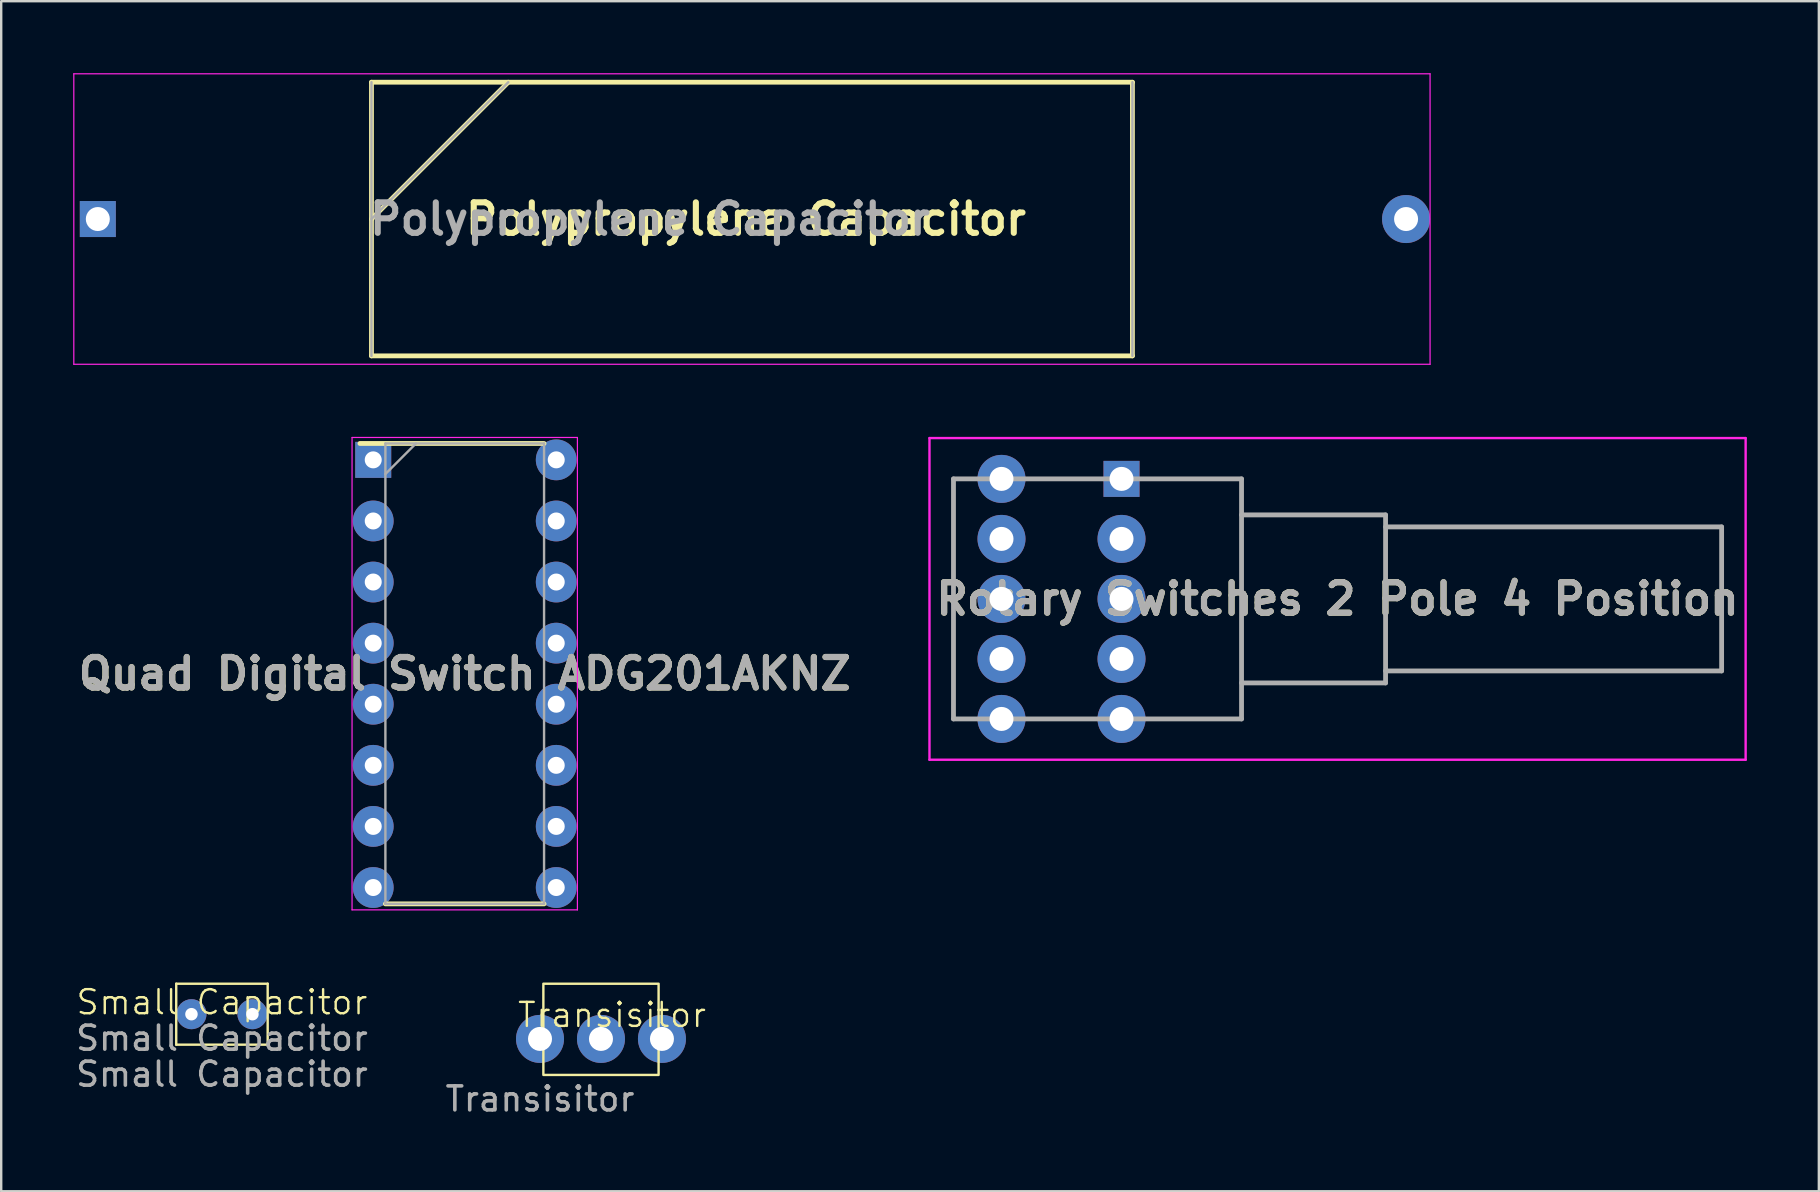
<source format=kicad_pcb>
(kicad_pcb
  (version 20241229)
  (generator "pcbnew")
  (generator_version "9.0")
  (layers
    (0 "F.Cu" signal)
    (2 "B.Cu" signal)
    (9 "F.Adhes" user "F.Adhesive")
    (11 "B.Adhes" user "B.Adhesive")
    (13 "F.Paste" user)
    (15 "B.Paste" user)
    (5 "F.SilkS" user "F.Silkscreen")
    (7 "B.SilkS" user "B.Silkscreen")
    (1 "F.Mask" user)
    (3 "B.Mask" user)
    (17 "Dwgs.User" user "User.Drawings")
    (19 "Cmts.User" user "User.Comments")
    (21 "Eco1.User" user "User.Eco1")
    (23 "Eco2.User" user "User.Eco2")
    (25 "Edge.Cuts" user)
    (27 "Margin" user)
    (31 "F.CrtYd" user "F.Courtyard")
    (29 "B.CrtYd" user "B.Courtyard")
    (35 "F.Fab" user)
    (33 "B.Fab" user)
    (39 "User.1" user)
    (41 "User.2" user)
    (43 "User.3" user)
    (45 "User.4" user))
  (footprint "Polypropylene Capacitor"
    (layer "F.Cu")
    (at 1.025 6.075)
    (property "Reference" "Polypropylene Capacitor" (at 27 0 0) (layer "F.SilkS") (effects (font (size 1.27 1.27) (thickness 0.254))))
    (attr through_hole)
    (fp_line (start 11.4 -5.7) (end 43.1 -5.7) (stroke (width 0.2) (type solid)) (layer "F.SilkS"))
    (fp_line (start 11.4 0) (end 17.1 -5.7) (stroke (width 0.2) (type solid)) (layer "F.SilkS"))
    (fp_line (start 11.4 5.7) (end 11.4 -5.7) (stroke (width 0.2) (type solid)) (layer "F.SilkS"))
    (fp_line (start 43.1 -5.7) (end 43.1 5.7) (stroke (width 0.2) (type solid)) (layer "F.SilkS"))
    (fp_line (start 43.1 5.7) (end 11.4 5.7) (stroke (width 0.2) (type solid)) (layer "F.SilkS"))
    (fp_line (start -1 -6.05) (end 55.5 -6.05) (stroke (width 0.05) (type solid)) (layer "F.CrtYd"))
    (fp_line (start -1 6.05) (end -1 -6.05) (stroke (width 0.05) (type solid)) (layer "F.CrtYd"))
    (fp_line (start 55.5 -6.05) (end 55.5 6.05) (stroke (width 0.05) (type solid)) (layer "F.CrtYd"))
    (fp_line (start 55.5 6.05) (end -1 6.05) (stroke (width 0.05) (type solid)) (layer "F.CrtYd"))
    (fp_line (start 11.4 0) (end 17.1 -5.7) (stroke (width 0.1) (type solid)) (layer "F.Fab"))
    (fp_line (start 11.4 5.7) (end 11.4 -5.7) (stroke (width 0.1) (type solid)) (layer "F.Fab"))
    (fp_line (start 43.1 -5.7) (end 43.1 5.7) (stroke (width 0.1) (type solid)) (layer "F.Fab"))
    (fp_text user "${REFERENCE}" (at 23 0 0) (layer "F.Fab") (effects (font (size 1.27 1.27) (thickness 0.254))))
    (pad "1" thru_hole rect (at 0 0) (size 1.5 1.5) (drill 1) (layers "*.Cu" "*.Mask"))
    (pad "2" thru_hole circle (at 54.5 0) (size 2 2) (drill 1) (layers "*.Cu" "*.Mask")))
  (footprint "Quad Digital Switch ADG201AKNZ"
    (layer "F.Cu")
    (at 16.31 25.015)
    (property "Reference" "Quad Digital Switch ADG201AKNZ" (at 0 0 0) (layer "F.SilkS") (effects (font (size 1.27 1.27) (thickness 0.254))))
    (attr through_hole)
    (fp_line (start -4.366 -9.59) (end 3.305 -9.59) (stroke (width 0.2) (type solid)) (layer "F.SilkS"))
    (fp_line (start -3.305 9.59) (end 3.305 9.59) (stroke (width 0.2) (type solid)) (layer "F.SilkS"))
    (fp_line (start -4.694 -9.84) (end 4.694 -9.84) (stroke (width 0.05) (type solid)) (layer "F.CrtYd"))
    (fp_line (start -4.694 9.84) (end -4.694 -9.84) (stroke (width 0.05) (type solid)) (layer "F.CrtYd"))
    (fp_line (start 4.694 -9.84) (end 4.694 9.84) (stroke (width 0.05) (type solid)) (layer "F.CrtYd"))
    (fp_line (start 4.694 9.84) (end -4.694 9.84) (stroke (width 0.05) (type solid)) (layer "F.CrtYd"))
    (fp_line (start -3.305 -9.59) (end 3.305 -9.59) (stroke (width 0.1) (type solid)) (layer "F.Fab"))
    (fp_line (start -3.305 -8.318) (end -2.032 -9.59) (stroke (width 0.1) (type solid)) (layer "F.Fab"))
    (fp_line (start -3.305 9.59) (end -3.305 -9.59) (stroke (width 0.1) (type solid)) (layer "F.Fab"))
    (fp_line (start 3.305 -9.59) (end 3.305 9.59) (stroke (width 0.1) (type solid)) (layer "F.Fab"))
    (fp_line (start 3.305 9.59) (end -3.305 9.59) (stroke (width 0.1) (type solid)) (layer "F.Fab"))
    (fp_text user "${REFERENCE}" (at 0 0 0) (layer "F.Fab") (effects (font (size 1.27 1.27) (thickness 0.254))))
    (pad "1" thru_hole rect (at -3.812 -8.908) (size 1.5 1.5) (drill 0.708) (layers "*.Cu" "*.Mask"))
    (pad "2" thru_hole circle (at -3.812 -6.362) (size 1.7 1.7) (drill 0.708) (layers "*.Cu" "*.Mask"))
    (pad "3" thru_hole circle (at -3.812 -3.818) (size 1.7 1.7) (drill 0.708) (layers "*.Cu" "*.Mask"))
    (pad "4" thru_hole circle (at -3.812 -1.272) (size 1.7 1.7) (drill 0.708) (layers "*.Cu" "*.Mask"))
    (pad "5" thru_hole circle (at -3.812 1.272) (size 1.7 1.7) (drill 0.708) (layers "*.Cu" "*.Mask"))
    (pad "6" thru_hole circle (at -3.812 3.818) (size 1.7 1.7) (drill 0.708) (layers "*.Cu" "*.Mask"))
    (pad "7" thru_hole circle (at -3.812 6.362) (size 1.7 1.7) (drill 0.708) (layers "*.Cu" "*.Mask"))
    (pad "8" thru_hole circle (at -3.812 8.908) (size 1.7 1.7) (drill 0.708) (layers "*.Cu" "*.Mask"))
    (pad "9" thru_hole circle (at 3.812 8.908) (size 1.7 1.7) (drill 0.708) (layers "*.Cu" "*.Mask"))
    (pad "10" thru_hole circle (at 3.812 6.362) (size 1.7 1.7) (drill 0.708) (layers "*.Cu" "*.Mask"))
    (pad "11" thru_hole circle (at 3.812 3.818) (size 1.7 1.7) (drill 0.708) (layers "*.Cu" "*.Mask"))
    (pad "12" thru_hole circle (at 3.812 1.272) (size 1.7 1.7) (drill 0.708) (layers "*.Cu" "*.Mask"))
    (pad "13" thru_hole circle (at 3.812 -1.272) (size 1.7 1.7) (drill 0.708) (layers "*.Cu" "*.Mask"))
    (pad "14" thru_hole circle (at 3.812 -3.818) (size 1.7 1.7) (drill 0.708) (layers "*.Cu" "*.Mask"))
    (pad "15" thru_hole circle (at 3.812 -6.362) (size 1.7 1.7) (drill 0.708) (layers "*.Cu" "*.Mask"))
    (pad "16" thru_hole circle (at 3.812 -8.908) (size 1.7 1.7) (drill 0.708) (layers "*.Cu" "*.Mask")))
  (footprint "Small Capacitor"
    (layer "F.Cu")
    (at 6.196 39.2)
    (property "Reference" "Small Capacitor" (at 0 -0.5 0) (unlocked yes) (layer "F.SilkS") (effects (font (size 1 1) (thickness 0.1))))
    (attr through_hole)
    (fp_line (start -1.905 -1.27) (end 1.905 -1.27) (stroke (width 0.1) (type default)) (layer "F.SilkS"))
    (fp_line (start -1.905 1.27) (end -1.905 -1.27) (stroke (width 0.1) (type default)) (layer "F.SilkS"))
    (fp_line (start 1.905 -1.27) (end 1.905 1.27) (stroke (width 0.1) (type default)) (layer "F.SilkS"))
    (fp_line (start 1.905 1.27) (end -1.905 1.27) (stroke (width 0.1) (type default)) (layer "F.SilkS"))
    (fp_text user "${REFERENCE}" (at 0 2.5 0) (unlocked yes) (layer "F.Fab") (effects (font (size 1 1) (thickness 0.15))))
    (fp_text user "Small Capacitor" (at 0 1 0) (unlocked yes) (layer "F.Fab") (effects (font (size 1 1) (thickness 0.15))))
    (pad "1" thru_hole circle (at -1.27 0) (size 1.25 1.25) (drill 0.52) (layers "*.Cu" "*.Mask"))
    (pad "2" thru_hole circle (at 1.27 0) (size 1.25 1.25) (drill 0.52) (layers "*.Cu" "*.Mask")))
  (footprint "Transisitor"
    (layer "F.Cu")
    (at 19.446 40.23)
    (property "Reference" "Transisitor" (at 3 -1 0) (unlocked yes) (layer "F.SilkS") (effects (font (size 1 1) (thickness 0.1))))
    (attr through_hole)
    (fp_rect (start 0.14 -2.3) (end 4.94 1.5) (stroke (width 0.1) (type default)) (fill no) (layer "F.SilkS"))
    (fp_text user "${REFERENCE}" (at 0 2.5 0) (unlocked yes) (layer "F.Fab") (effects (font (size 1 1) (thickness 0.15))))
    (pad "1" thru_hole circle (at 0 0) (size 2 2) (drill 1) (layers "*.Cu" "*.Mask"))
    (pad "2" thru_hole circle (at 2.54 0) (size 2 2) (drill 1) (layers "*.Cu" "*.Mask"))
    (pad "3" thru_hole circle (at 5.08 0) (size 2 2) (drill 1) (layers "*.Cu" "*.Mask")))
  (footprint "Rotary Switches 2 Pole 4 Position"
    (layer "F.Cu")
    (at 43.671 16.9)
    (property "Reference" "Rotary Switches 2 Pole 4 Position" (at 9 5 0) (layer "F.SilkS") (effects (font (size 1.27 1.27) (thickness 0.254))))
    (attr through_hole)
    (fp_line (start -7 0) (end -7 10) (stroke (width 0.1) (type solid)) (layer "F.SilkS"))
    (fp_line (start 1.5 0) (end 5 0) (stroke (width 0.1) (type solid)) (layer "F.SilkS"))
    (fp_line (start 5 0) (end 5 10) (stroke (width 0.1) (type solid)) (layer "F.SilkS"))
    (fp_line (start 5 10) (end 1.5 10) (stroke (width 0.1) (type solid)) (layer "F.SilkS"))
    (fp_line (start -8 -1.7) (end 26 -1.7) (stroke (width 0.1) (type solid)) (layer "F.CrtYd"))
    (fp_line (start -8 11.7) (end -8 -1.7) (stroke (width 0.1) (type solid)) (layer "F.CrtYd"))
    (fp_line (start 26 -1.7) (end 26 11.7) (stroke (width 0.1) (type solid)) (layer "F.CrtYd"))
    (fp_line (start 26 11.7) (end -8 11.7) (stroke (width 0.1) (type solid)) (layer "F.CrtYd"))
    (fp_line (start -7 0) (end 5 0) (stroke (width 0.2) (type solid)) (layer "F.Fab"))
    (fp_line (start -7 10) (end -7 0) (stroke (width 0.2) (type solid)) (layer "F.Fab"))
    (fp_line (start 5 0) (end 5 10) (stroke (width 0.2) (type solid)) (layer "F.Fab"))
    (fp_line (start 5 1.5) (end 11 1.5) (stroke (width 0.2) (type solid)) (layer "F.Fab"))
    (fp_line (start 5 10) (end -7 10) (stroke (width 0.2) (type solid)) (layer "F.Fab"))
    (fp_line (start 11 1.5) (end 11 8.5) (stroke (width 0.2) (type solid)) (layer "F.Fab"))
    (fp_line (start 11 2) (end 25 2) (stroke (width 0.2) (type solid)) (layer "F.Fab"))
    (fp_line (start 11 8.5) (end 5 8.5) (stroke (width 0.2) (type solid)) (layer "F.Fab"))
    (fp_line (start 25 2) (end 25 8) (stroke (width 0.2) (type solid)) (layer "F.Fab"))
    (fp_line (start 25 8) (end 11 8) (stroke (width 0.2) (type solid)) (layer "F.Fab"))
    (fp_text user "${REFERENCE}" (at 9 5 0) (layer "F.Fab") (effects (font (size 1.27 1.27) (thickness 0.254))))
    (pad "1" thru_hole rect (at 0 0) (size 1.5 1.5) (drill 1) (layers "*.Cu" "*.Mask"))
    (pad "2" thru_hole circle (at 0 2.5) (size 2 2) (drill 1) (layers "*.Cu" "*.Mask"))
    (pad "3" thru_hole circle (at 0 5) (size 2 2) (drill 1) (layers "*.Cu" "*.Mask"))
    (pad "4" thru_hole circle (at 0 7.5) (size 2 2) (drill 1) (layers "*.Cu" "*.Mask"))
    (pad "5" thru_hole circle (at 0 10) (size 2 2) (drill 1) (layers "*.Cu" "*.Mask"))
    (pad "6" thru_hole circle (at -5 0) (size 2 2) (drill 1) (layers "*.Cu" "*.Mask"))
    (pad "7" thru_hole circle (at -5 2.5) (size 2 2) (drill 1) (layers "*.Cu" "*.Mask"))
    (pad "8" thru_hole circle (at -5 5) (size 2 2) (drill 1) (layers "*.Cu" "*.Mask"))
    (pad "9" thru_hole circle (at -5 7.5) (size 2 2) (drill 1) (layers "*.Cu" "*.Mask"))
    (pad "10" thru_hole circle (at -5 10) (size 2 2) (drill 1) (layers "*.Cu" "*.Mask")))
  (gr_rect
    (start -3 -3)
    (end 72.721 46.578)
    (stroke (width 0.1) (type default))
    (fill no)
    (layer "Edge.Cuts")))
</source>
